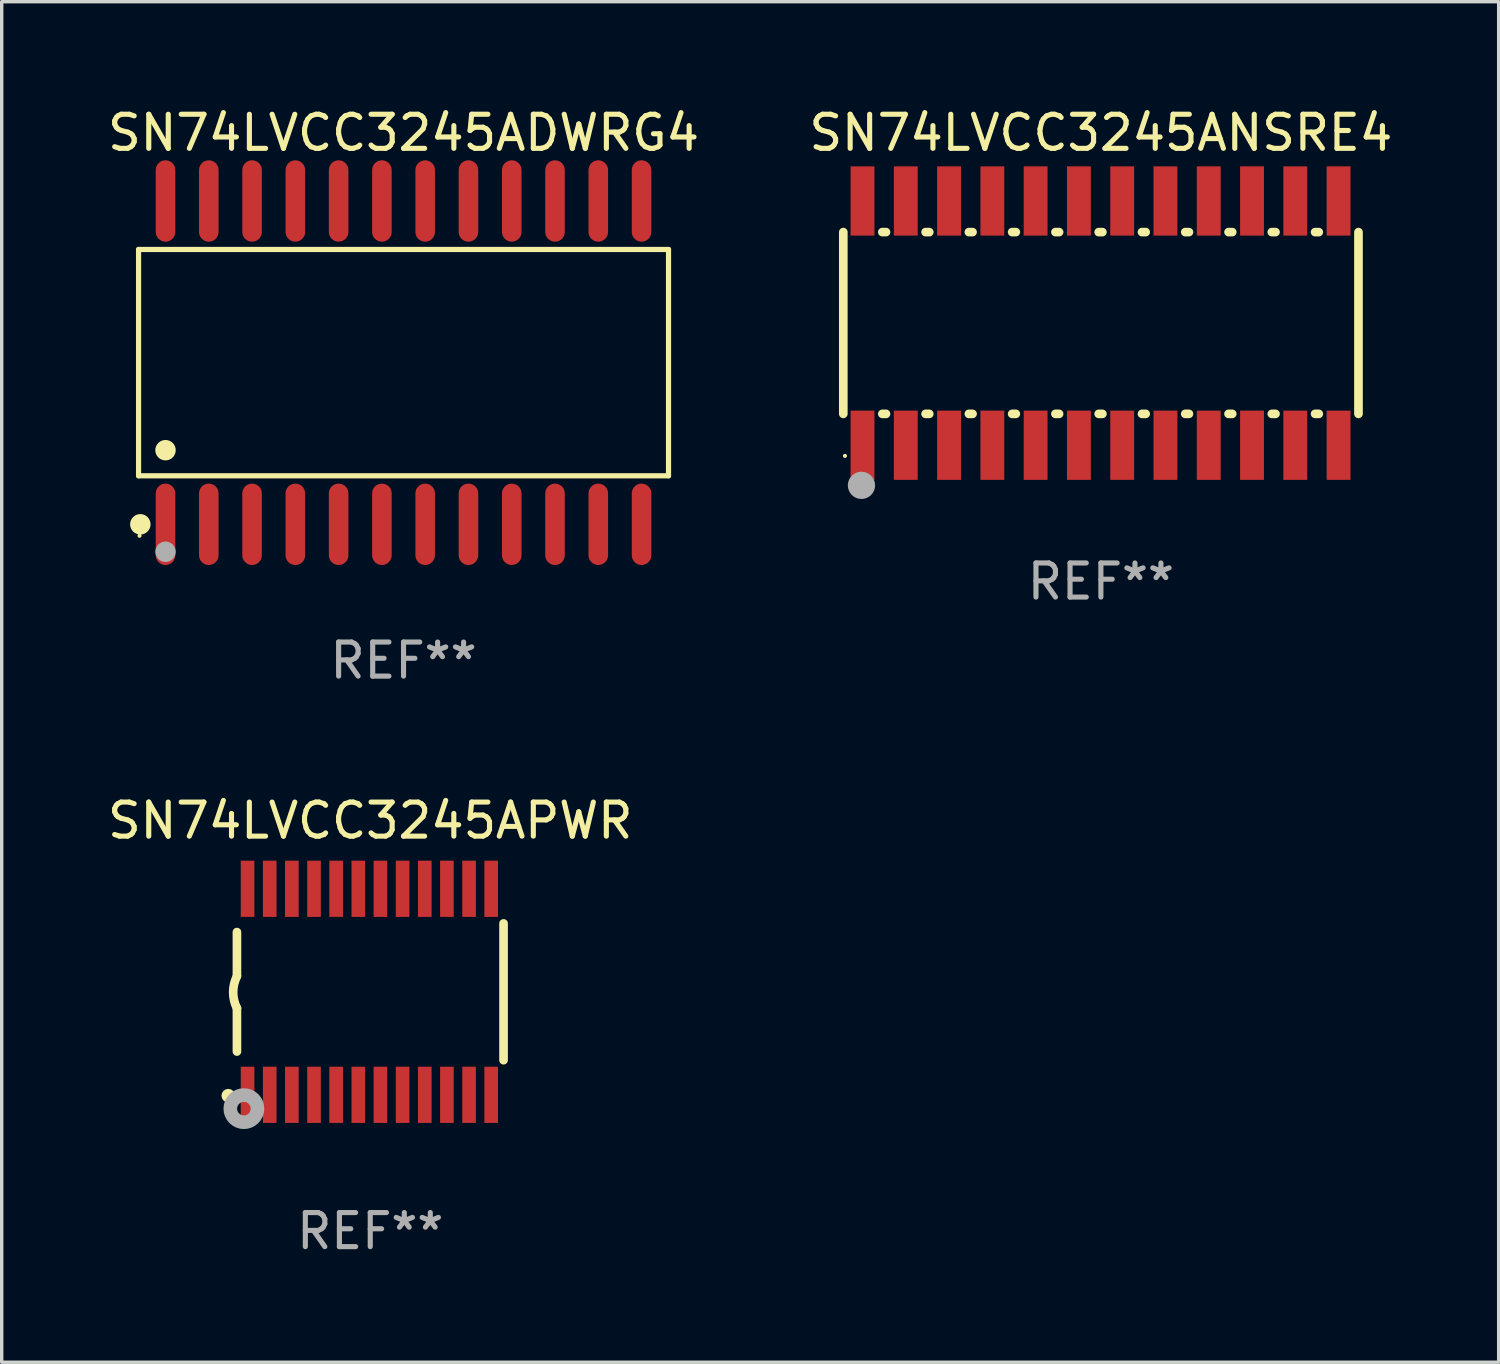
<source format=kicad_pcb>
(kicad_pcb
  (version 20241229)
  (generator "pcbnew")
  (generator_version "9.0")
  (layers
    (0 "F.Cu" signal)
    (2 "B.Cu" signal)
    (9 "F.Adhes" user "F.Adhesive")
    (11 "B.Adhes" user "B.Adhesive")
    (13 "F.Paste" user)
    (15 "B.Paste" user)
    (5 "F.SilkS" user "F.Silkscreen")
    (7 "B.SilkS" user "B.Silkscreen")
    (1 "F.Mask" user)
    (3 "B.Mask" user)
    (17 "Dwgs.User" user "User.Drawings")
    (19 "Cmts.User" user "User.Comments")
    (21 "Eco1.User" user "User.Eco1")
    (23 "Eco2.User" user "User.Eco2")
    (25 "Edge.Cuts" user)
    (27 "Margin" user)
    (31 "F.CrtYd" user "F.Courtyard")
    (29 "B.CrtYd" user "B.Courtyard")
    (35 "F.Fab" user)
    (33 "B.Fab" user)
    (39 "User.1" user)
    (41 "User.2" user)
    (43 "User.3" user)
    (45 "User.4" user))
  (footprint "SN74LVCC3245APWR"
    (layer "F.Cu")
    (at 7.815 26.055)
    (property "Reference" "SN74LVCC3245APWR" (at 0 -5.023 0) (layer "F.SilkS") (effects (font (size 1 1) (thickness 0.15))))
    (attr through_hole)
    (fp_line (start -3.912 -0.483) (end -3.912 -1.753) (stroke (width 0.254) (type solid)) (layer "F.SilkS"))
    (fp_line (start -3.912 1.753) (end -3.912 0.483) (stroke (width 0.254) (type solid)) (layer "F.SilkS"))
    (fp_line (start 3.912 -2.007) (end 3.912 2.007) (stroke (width 0.254) (type solid)) (layer "F.SilkS"))
    (fp_arc (start -3.911608 0.482601) (mid -4.022537 0.0127) (end -3.911608 -0.457201) (stroke (width 0.254001) (type solid)) (layer "F.SilkS"))
    (fp_circle (center -4.166 3.048) (end -4.066 3.048) (stroke (width 0.2) (type solid)) (fill no) (layer "F.SilkS"))
    (fp_circle (center -3.925 3.186) (end -3.895 3.186) (stroke (width 0.06) (type solid)) (fill no) (layer "F.SilkS"))
    (fp_circle (center -3.708 3.429) (end -3.509 3.429) (stroke (width 0.4) (type solid)) (fill no) (layer "F.Fab"))
    (fp_text user "REF**" (at 0 7.023 0) (layer "F.Fab") (effects (font (size 1 1) (thickness 0.15))))
    (pad "1" smd rect (at -3.6 3.023) (size 0.4 1.65) (layers "F.Cu" "F.Mask" "F.Paste"))
    (pad "2" smd rect (at -2.95 3.023) (size 0.4 1.65) (layers "F.Cu" "F.Mask" "F.Paste"))
    (pad "3" smd rect (at -2.3 3.023) (size 0.4 1.65) (layers "F.Cu" "F.Mask" "F.Paste"))
    (pad "4" smd rect (at -1.65 3.023) (size 0.4 1.65) (layers "F.Cu" "F.Mask" "F.Paste"))
    (pad "5" smd rect (at -1 3.023) (size 0.4 1.65) (layers "F.Cu" "F.Mask" "F.Paste"))
    (pad "6" smd rect (at -0.35 3.023) (size 0.4 1.65) (layers "F.Cu" "F.Mask" "F.Paste"))
    (pad "7" smd rect (at 0.299 3.023) (size 0.4 1.65) (layers "F.Cu" "F.Mask" "F.Paste"))
    (pad "8" smd rect (at 0.95 3.023) (size 0.4 1.65) (layers "F.Cu" "F.Mask" "F.Paste"))
    (pad "9" smd rect (at 1.6 3.023) (size 0.4 1.65) (layers "F.Cu" "F.Mask" "F.Paste"))
    (pad "10" smd rect (at 2.25 3.023) (size 0.4 1.65) (layers "F.Cu" "F.Mask" "F.Paste"))
    (pad "11" smd rect (at 2.9 3.023) (size 0.4 1.65) (layers "F.Cu" "F.Mask" "F.Paste"))
    (pad "12" smd rect (at 3.549 3.023) (size 0.4 1.65) (layers "F.Cu" "F.Mask" "F.Paste"))
    (pad "13" smd rect (at 3.549 -3.023) (size 0.4 1.65) (layers "F.Cu" "F.Mask" "F.Paste"))
    (pad "14" smd rect (at 2.9 -3.023) (size 0.4 1.65) (layers "F.Cu" "F.Mask" "F.Paste"))
    (pad "15" smd rect (at 2.25 -3.023) (size 0.4 1.65) (layers "F.Cu" "F.Mask" "F.Paste"))
    (pad "16" smd rect (at 1.6 -3.023) (size 0.4 1.65) (layers "F.Cu" "F.Mask" "F.Paste"))
    (pad "17" smd rect (at 0.95 -3.023) (size 0.4 1.65) (layers "F.Cu" "F.Mask" "F.Paste"))
    (pad "18" smd rect (at 0.299 -3.023) (size 0.4 1.65) (layers "F.Cu" "F.Mask" "F.Paste"))
    (pad "19" smd rect (at -0.35 -3.023) (size 0.4 1.65) (layers "F.Cu" "F.Mask" "F.Paste"))
    (pad "20" smd rect (at -1 -3.023) (size 0.4 1.65) (layers "F.Cu" "F.Mask" "F.Paste"))
    (pad "21" smd rect (at -1.65 -3.023) (size 0.4 1.65) (layers "F.Cu" "F.Mask" "F.Paste"))
    (pad "22" smd rect (at -2.3 -3.023) (size 0.4 1.65) (layers "F.Cu" "F.Mask" "F.Paste"))
    (pad "23" smd rect (at -2.95 -3.023) (size 0.4 1.65) (layers "F.Cu" "F.Mask" "F.Paste"))
    (pad "24" smd rect (at -3.6 -3.023) (size 0.4 1.65) (layers "F.Cu" "F.Mask" "F.Paste")))
  (footprint "SN74LVCC3245ADWRG4"
    (layer "F.Cu")
    (at 8.792 7.592)
    (property "Reference" "SN74LVCC3245ADWRG4" (at 0 -6.744 0) (layer "F.SilkS") (effects (font (size 1 1) (thickness 0.15))))
    (attr through_hole)
    (fp_line (start -7.776 -3.321) (end 7.776 -3.321) (stroke (width 0.152) (type solid)) (layer "F.SilkS"))
    (fp_line (start -7.776 3.321) (end -7.776 -3.321) (stroke (width 0.152) (type solid)) (layer "F.SilkS"))
    (fp_line (start 7.776 -3.321) (end 7.776 3.321) (stroke (width 0.152) (type solid)) (layer "F.SilkS"))
    (fp_line (start 7.776 3.321) (end -7.776 3.321) (stroke (width 0.152) (type solid)) (layer "F.SilkS"))
    (fp_circle (center -7.747 5.08) (end -7.717 5.08) (stroke (width 0.06) (type solid)) (fill no) (layer "F.SilkS"))
    (fp_circle (center -7.724 4.744) (end -7.574 4.744) (stroke (width 0.3) (type solid)) (fill no) (layer "F.SilkS"))
    (fp_circle (center -6.985 2.569) (end -6.835 2.569) (stroke (width 0.3) (type solid)) (fill no) (layer "F.SilkS"))
    (fp_circle (center -6.985 5.55) (end -6.835 5.55) (stroke (width 0.3) (type solid)) (fill no) (layer "F.Fab"))
    (fp_text user "REF**" (at 0 8.744 0) (layer "F.Fab") (effects (font (size 1 1) (thickness 0.15))))
    (pad "1" smd oval (at -6.985 4.744) (size 0.574 2.388) (layers "F.Cu" "F.Mask" "F.Paste"))
    (pad "2" smd oval (at -5.715 4.744) (size 0.574 2.388) (layers "F.Cu" "F.Mask" "F.Paste"))
    (pad "3" smd oval (at -4.445 4.744) (size 0.574 2.388) (layers "F.Cu" "F.Mask" "F.Paste"))
    (pad "4" smd oval (at -3.175 4.744) (size 0.574 2.388) (layers "F.Cu" "F.Mask" "F.Paste"))
    (pad "5" smd oval (at -1.905 4.744) (size 0.574 2.388) (layers "F.Cu" "F.Mask" "F.Paste"))
    (pad "6" smd oval (at -0.635 4.744) (size 0.574 2.388) (layers "F.Cu" "F.Mask" "F.Paste"))
    (pad "7" smd oval (at 0.635 4.744) (size 0.574 2.388) (layers "F.Cu" "F.Mask" "F.Paste"))
    (pad "8" smd oval (at 1.905 4.744) (size 0.574 2.388) (layers "F.Cu" "F.Mask" "F.Paste"))
    (pad "9" smd oval (at 3.175 4.744) (size 0.574 2.388) (layers "F.Cu" "F.Mask" "F.Paste"))
    (pad "10" smd oval (at 4.445 4.744) (size 0.574 2.388) (layers "F.Cu" "F.Mask" "F.Paste"))
    (pad "11" smd oval (at 5.715 4.744) (size 0.574 2.388) (layers "F.Cu" "F.Mask" "F.Paste"))
    (pad "12" smd oval (at 6.985 4.744) (size 0.574 2.388) (layers "F.Cu" "F.Mask" "F.Paste"))
    (pad "13" smd oval (at 6.985 -4.744) (size 0.574 2.388) (layers "F.Cu" "F.Mask" "F.Paste"))
    (pad "14" smd oval (at 5.715 -4.744) (size 0.574 2.388) (layers "F.Cu" "F.Mask" "F.Paste"))
    (pad "15" smd oval (at 4.445 -4.744) (size 0.574 2.388) (layers "F.Cu" "F.Mask" "F.Paste"))
    (pad "16" smd oval (at 3.175 -4.744) (size 0.574 2.388) (layers "F.Cu" "F.Mask" "F.Paste"))
    (pad "17" smd oval (at 1.905 -4.744) (size 0.574 2.388) (layers "F.Cu" "F.Mask" "F.Paste"))
    (pad "18" smd oval (at 0.635 -4.744) (size 0.574 2.388) (layers "F.Cu" "F.Mask" "F.Paste"))
    (pad "19" smd oval (at -0.635 -4.744) (size 0.574 2.388) (layers "F.Cu" "F.Mask" "F.Paste"))
    (pad "20" smd oval (at -1.905 -4.744) (size 0.574 2.388) (layers "F.Cu" "F.Mask" "F.Paste"))
    (pad "21" smd oval (at -3.175 -4.744) (size 0.574 2.388) (layers "F.Cu" "F.Mask" "F.Paste"))
    (pad "22" smd oval (at -4.445 -4.744) (size 0.574 2.388) (layers "F.Cu" "F.Mask" "F.Paste"))
    (pad "23" smd oval (at -5.715 -4.744) (size 0.574 2.388) (layers "F.Cu" "F.Mask" "F.Paste"))
    (pad "24" smd oval (at -6.985 -4.744) (size 0.574 2.388) (layers "F.Cu" "F.Mask" "F.Paste")))
  (footprint "SN74LVCC3245ANSRE4"
    (layer "F.Cu")
    (at 29.256 6.432)
    (property "Reference" "SN74LVCC3245ANSRE4" (at 0 -5.584 0) (layer "F.SilkS") (effects (font (size 1 1) (thickness 0.15))))
    (attr through_hole)
    (fp_line (start -7.559 -2.671) (end -7.559 2.663) (stroke (width 0.254) (type solid)) (layer "F.SilkS"))
    (fp_line (start -6.414 2.663) (end -6.306 2.663) (stroke (width 0.254) (type solid)) (layer "F.SilkS"))
    (fp_line (start -6.306 -2.671) (end -6.414 -2.671) (stroke (width 0.254) (type solid)) (layer "F.SilkS"))
    (fp_line (start -5.144 2.663) (end -5.036 2.663) (stroke (width 0.254) (type solid)) (layer "F.SilkS"))
    (fp_line (start -5.036 -2.671) (end -5.144 -2.671) (stroke (width 0.254) (type solid)) (layer "F.SilkS"))
    (fp_line (start -3.874 2.663) (end -3.766 2.663) (stroke (width 0.254) (type solid)) (layer "F.SilkS"))
    (fp_line (start -3.766 -2.671) (end -3.874 -2.671) (stroke (width 0.254) (type solid)) (layer "F.SilkS"))
    (fp_line (start -2.604 2.663) (end -2.496 2.663) (stroke (width 0.254) (type solid)) (layer "F.SilkS"))
    (fp_line (start -2.496 -2.671) (end -2.604 -2.671) (stroke (width 0.254) (type solid)) (layer "F.SilkS"))
    (fp_line (start -1.334 2.663) (end -1.226 2.663) (stroke (width 0.254) (type solid)) (layer "F.SilkS"))
    (fp_line (start -1.226 -2.671) (end -1.334 -2.671) (stroke (width 0.254) (type solid)) (layer "F.SilkS"))
    (fp_line (start -0.064 2.663) (end 0.044 2.663) (stroke (width 0.254) (type solid)) (layer "F.SilkS"))
    (fp_line (start 0.044 -2.671) (end -0.064 -2.671) (stroke (width 0.254) (type solid)) (layer "F.SilkS"))
    (fp_line (start 1.206 2.663) (end 1.314 2.663) (stroke (width 0.254) (type solid)) (layer "F.SilkS"))
    (fp_line (start 1.314 -2.671) (end 1.206 -2.671) (stroke (width 0.254) (type solid)) (layer "F.SilkS"))
    (fp_line (start 2.476 2.663) (end 2.584 2.663) (stroke (width 0.254) (type solid)) (layer "F.SilkS"))
    (fp_line (start 2.584 -2.671) (end 2.476 -2.671) (stroke (width 0.254) (type solid)) (layer "F.SilkS"))
    (fp_line (start 3.746 2.663) (end 3.854 2.663) (stroke (width 0.254) (type solid)) (layer "F.SilkS"))
    (fp_line (start 3.854 -2.671) (end 3.746 -2.671) (stroke (width 0.254) (type solid)) (layer "F.SilkS"))
    (fp_line (start 5.016 2.663) (end 5.124 2.663) (stroke (width 0.254) (type solid)) (layer "F.SilkS"))
    (fp_line (start 5.124 -2.671) (end 5.016 -2.671) (stroke (width 0.254) (type solid)) (layer "F.SilkS"))
    (fp_line (start 6.286 2.663) (end 6.394 2.663) (stroke (width 0.254) (type solid)) (layer "F.SilkS"))
    (fp_line (start 6.394 -2.671) (end 6.286 -2.671) (stroke (width 0.254) (type solid)) (layer "F.SilkS"))
    (fp_line (start 7.559 2.663) (end 7.559 -2.671) (stroke (width 0.254) (type solid)) (layer "F.SilkS"))
    (fp_circle (center -7.51 3.896) (end -7.48 3.896) (stroke (width 0.06) (type solid)) (fill no) (layer "F.SilkS"))
    (fp_circle (center -7.026 4.761) (end -6.826 4.761) (stroke (width 0.4) (type solid)) (fill no) (layer "F.Fab"))
    (fp_text user "REF**" (at 0 7.584 0) (layer "F.Fab") (effects (font (size 1 1) (thickness 0.15))))
    (pad "1" smd rect (at -6.995 3.584 90) (size 2.032 0.7) (layers "F.Cu" "F.Mask" "F.Paste"))
    (pad "2" smd rect (at -5.725 3.584 90) (size 2.032 0.7) (layers "F.Cu" "F.Mask" "F.Paste"))
    (pad "3" smd rect (at -4.455 3.584 90) (size 2.032 0.7) (layers "F.Cu" "F.Mask" "F.Paste"))
    (pad "4" smd rect (at -3.185 3.584 90) (size 2.032 0.7) (layers "F.Cu" "F.Mask" "F.Paste"))
    (pad "5" smd rect (at -1.915 3.584 90) (size 2.032 0.7) (layers "F.Cu" "F.Mask" "F.Paste"))
    (pad "6" smd rect (at -0.645 3.584 90) (size 2.032 0.7) (layers "F.Cu" "F.Mask" "F.Paste"))
    (pad "7" smd rect (at 0.625 3.584 90) (size 2.032 0.7) (layers "F.Cu" "F.Mask" "F.Paste"))
    (pad "8" smd rect (at 1.895 3.584 90) (size 2.032 0.7) (layers "F.Cu" "F.Mask" "F.Paste"))
    (pad "9" smd rect (at 3.165 3.584 90) (size 2.032 0.7) (layers "F.Cu" "F.Mask" "F.Paste"))
    (pad "10" smd rect (at 4.435 3.584 90) (size 2.032 0.7) (layers "F.Cu" "F.Mask" "F.Paste"))
    (pad "11" smd rect (at 5.705 3.584 90) (size 2.032 0.7) (layers "F.Cu" "F.Mask" "F.Paste"))
    (pad "12" smd rect (at 6.975 3.584 90) (size 2.032 0.7) (layers "F.Cu" "F.Mask" "F.Paste"))
    (pad "13" smd rect (at 6.975 -3.584 90) (size 2.032 0.7) (layers "F.Cu" "F.Mask" "F.Paste"))
    (pad "14" smd rect (at 5.705 -3.584 90) (size 2.032 0.7) (layers "F.Cu" "F.Mask" "F.Paste"))
    (pad "15" smd rect (at 4.435 -3.584 90) (size 2.032 0.7) (layers "F.Cu" "F.Mask" "F.Paste"))
    (pad "16" smd rect (at 3.165 -3.584 90) (size 2.032 0.7) (layers "F.Cu" "F.Mask" "F.Paste"))
    (pad "17" smd rect (at 1.895 -3.584 90) (size 2.032 0.7) (layers "F.Cu" "F.Mask" "F.Paste"))
    (pad "18" smd rect (at 0.625 -3.584 90) (size 2.032 0.7) (layers "F.Cu" "F.Mask" "F.Paste"))
    (pad "19" smd rect (at -0.645 -3.584 90) (size 2.032 0.7) (layers "F.Cu" "F.Mask" "F.Paste"))
    (pad "20" smd rect (at -1.915 -3.584 90) (size 2.032 0.7) (layers "F.Cu" "F.Mask" "F.Paste"))
    (pad "21" smd rect (at -3.185 -3.584 90) (size 2.032 0.7) (layers "F.Cu" "F.Mask" "F.Paste"))
    (pad "22" smd rect (at -4.455 -3.584 90) (size 2.032 0.7) (layers "F.Cu" "F.Mask" "F.Paste"))
    (pad "23" smd rect (at -5.725 -3.584 90) (size 2.032 0.7) (layers "F.Cu" "F.Mask" "F.Paste"))
    (pad "24" smd rect (at -6.995 -3.584 90) (size 2.032 0.7) (layers "F.Cu" "F.Mask" "F.Paste")))
  (gr_rect
    (start -3 -3)
    (end 40.929 36.926)
    (stroke (width 0.1) (type default))
    (fill no)
    (layer "Edge.Cuts")))
</source>
